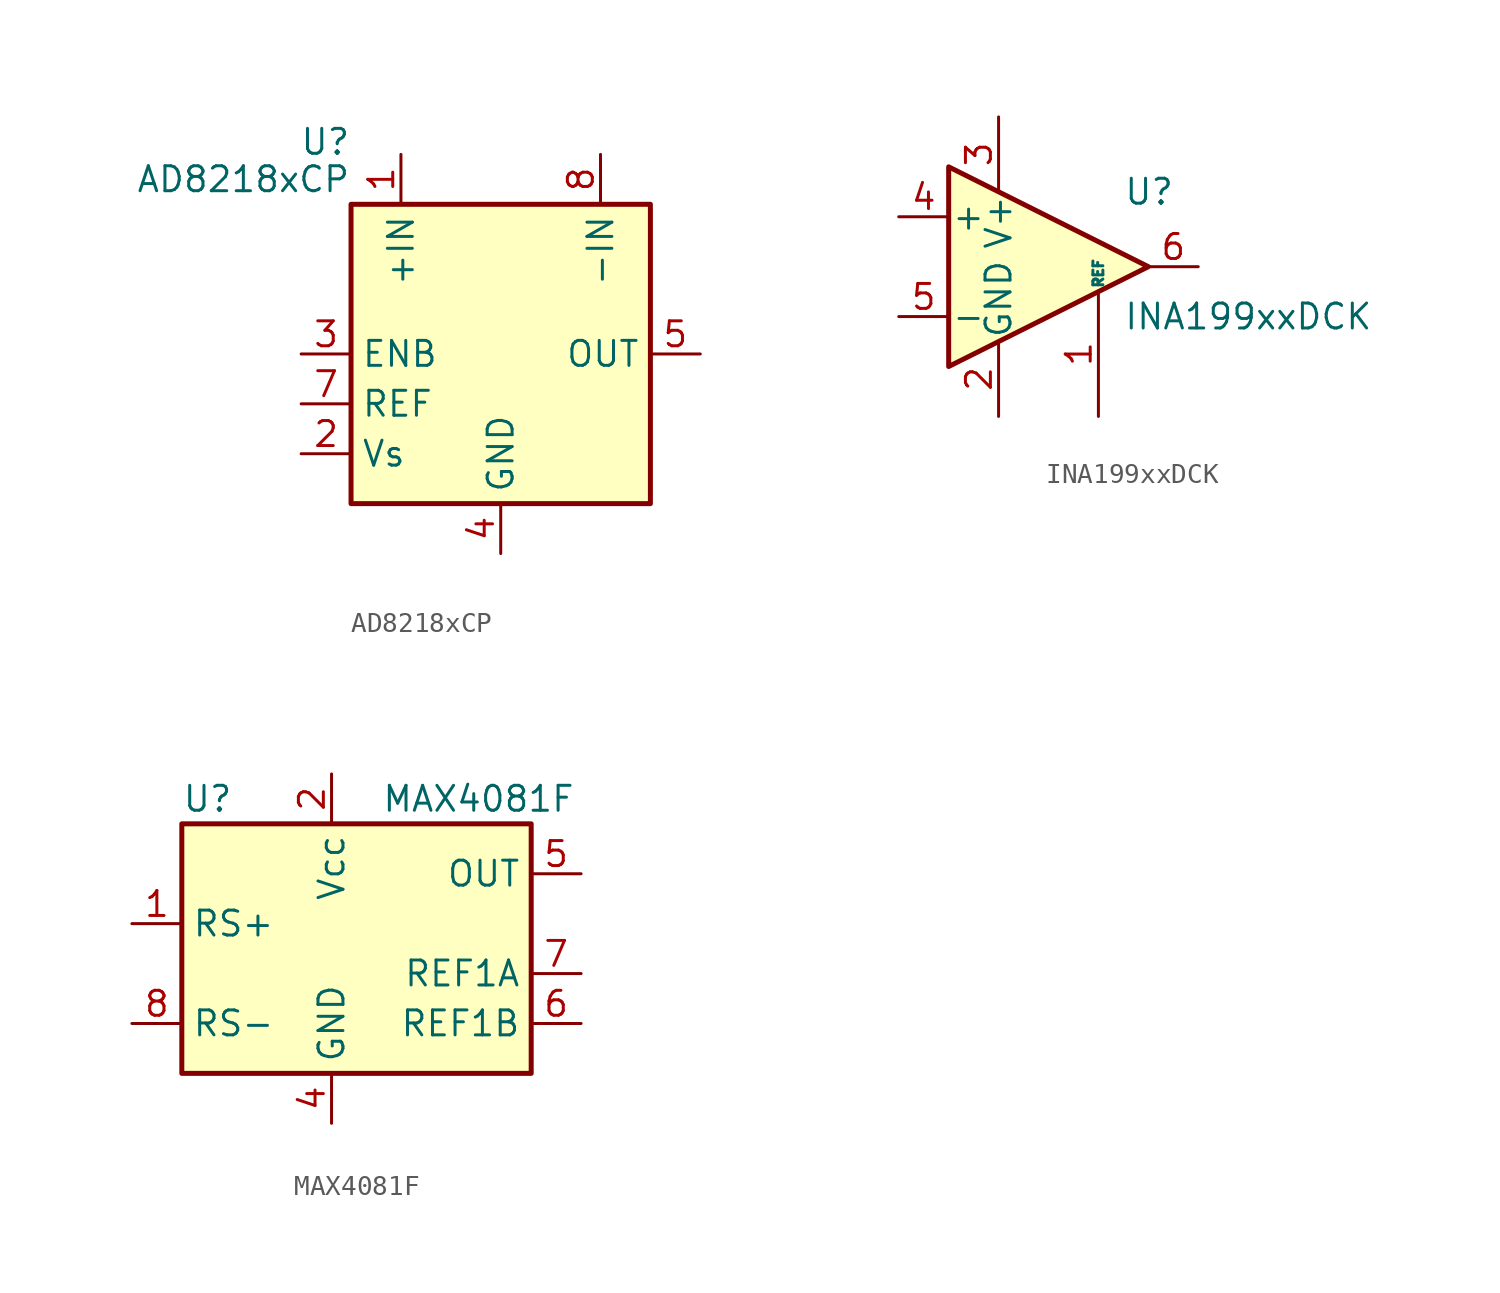
<source format=kicad_sym>
(kicad_symbol_lib
  (version 20211014)
  (generator kicad_symbol_editor)
  (symbol "AD8218xCP"
    (property "Reference" "U"
      (at -7.62 10.795 0)
      (effects (font (size 1.27 1.27)) (justify right)))
    (property "Value" "AD8218xCP"
      (at -7.62 8.89 0)
      (effects (font (size 1.27 1.27)) (justify right)))
    (symbol "AD8218xCP_0_1"
      (rectangle (start -7.62 7.62) (end 7.62 -7.62) (stroke (width 0.254) (type default) (color 0 0 0 0)) (fill (type background))))
    (symbol "AD8218xCP_1_1"
      (pin input line (at -5.08 10.16 270) (length 2.54) (name "+IN" (effects (font (size 1.27 1.27)))) (number "1" (effects (font (size 1.27 1.27)))))
      (pin passive line (at -10.16 -5.08 0) (length 2.54) (name "Vs" (effects (font (size 1.27 1.27)))) (number "2" (effects (font (size 1.27 1.27)))))
      (pin input line (at -10.16 0 0) (length 2.54) (name "ENB" (effects (font (size 1.27 1.27)))) (number "3" (effects (font (size 1.27 1.27)))))
      (pin power_in line (at 0 -10.16 90) (length 2.54) (name "GND" (effects (font (size 1.27 1.27)))) (number "4" (effects (font (size 1.27 1.27)))))
      (pin output line (at 10.16 0 180) (length 2.54) (name "OUT" (effects (font (size 1.27 1.27)))) (number "5" (effects (font (size 1.27 1.27)))))
      (pin no_connect line (at 2.54 -7.62 90) (length 2.54) hide (name "NC" (effects (font (size 1.27 1.27)))) (number "6" (effects (font (size 1.27 1.27)))))
      (pin input line (at -10.16 -2.54 0) (length 2.54) (name "REF" (effects (font (size 1.27 1.27)))) (number "7" (effects (font (size 1.27 1.27)))))
      (pin input line (at 5.08 10.16 270) (length 2.54) (name "-IN" (effects (font (size 1.27 1.27)))) (number "8" (effects (font (size 1.27 1.27)))))
      (pin passive line (at 0 -10.16 90) (length 2.54) hide (name "GND" (effects (font (size 1.27 1.27)))) (number "9" (effects (font (size 1.27 1.27)))))))
  (symbol "INA199xxDCK"
    (pin_names
      (offset 0.127))
    (property "Reference" "U"
      (at 3.81 3.81 0)
      (effects (font (size 1.27 1.27)) (justify left)))
    (property "Value" "INA199xxDCK"
      (at 3.81 -2.54 0)
      (effects (font (size 1.27 1.27)) (justify left)))
    (symbol "INA199xxDCK_0_1"
      (polyline (pts (xy 5.08 0) (xy -5.08 5.08) (xy -5.08 -5.08) (xy 5.08 0)) (stroke (width 0.254) (type default) (color 0 0 0 0)) (fill (type background))))
    (symbol "INA199xxDCK_1_1"
      (pin input line (at 2.54 -7.62 90) (length 6.35) (name "REF" (effects (font (size 0.508 0.508)))) (number "1" (effects (font (size 1.27 1.27)))))
      (pin power_in line (at -2.54 -7.62 90) (length 3.81) (name "GND" (effects (font (size 1.27 1.27)))) (number "2" (effects (font (size 1.27 1.27)))))
      (pin power_in line (at -2.54 7.62 270) (length 3.81) (name "V+" (effects (font (size 1.27 1.27)))) (number "3" (effects (font (size 1.27 1.27)))))
      (pin input line (at -7.62 2.54 0) (length 2.54) (name "+" (effects (font (size 1.27 1.27)))) (number "4" (effects (font (size 1.27 1.27)))))
      (pin input line (at -7.62 -2.54 0) (length 2.54) (name "-" (effects (font (size 1.27 1.27)))) (number "5" (effects (font (size 1.27 1.27)))))
      (pin output line (at 7.62 0 180) (length 2.54) (name "~" (effects (font (size 1.27 1.27)))) (number "6" (effects (font (size 1.27 1.27)))))))
  (symbol "MAX4081F"
    (property "Reference" "U"
      (at -7.62 8.89 0)
      (effects (font (size 1.27 1.27)) (justify left)))
    (property "Value" "MAX4081F"
      (at 2.54 8.89 0)
      (effects (font (size 1.27 1.27)) (justify left)))
    (symbol "MAX4081F_0_1"
      (rectangle (start -7.62 7.62) (end 10.16 -5.08) (stroke (width 0.254) (type default) (color 0 0 0 0)) (fill (type background))))
    (symbol "MAX4081F_1_1"
      (pin input line (at -10.16 2.54 0) (length 2.54) (name "RS+" (effects (font (size 1.27 1.27)))) (number "1" (effects (font (size 1.27 1.27)))))
      (pin power_in line (at 0 10.16 270) (length 2.54) (name "Vcc" (effects (font (size 1.27 1.27)))) (number "2" (effects (font (size 1.27 1.27)))))
      (pin no_connect line (at 10.16 2.54 180) (length 2.54) hide (name "NC" (effects (font (size 1.27 1.27)))) (number "3" (effects (font (size 1.27 1.27)))))
      (pin power_in line (at 0 -7.62 90) (length 2.54) (name "GND" (effects (font (size 1.27 1.27)))) (number "4" (effects (font (size 1.27 1.27)))))
      (pin input line (at 12.7 5.08 180) (length 2.54) (name "OUT" (effects (font (size 1.27 1.27)))) (number "5" (effects (font (size 1.27 1.27)))))
      (pin input line (at 12.7 -2.54 180) (length 2.54) (name "REF1B" (effects (font (size 1.27 1.27)))) (number "6" (effects (font (size 1.27 1.27)))))
      (pin input line (at 12.7 0 180) (length 2.54) (name "REF1A" (effects (font (size 1.27 1.27)))) (number "7" (effects (font (size 1.27 1.27)))))
      (pin input line (at -10.16 -2.54 0) (length 2.54) (name "RS-" (effects (font (size 1.27 1.27)))) (number "8" (effects (font (size 1.27 1.27))))))))
</source>
